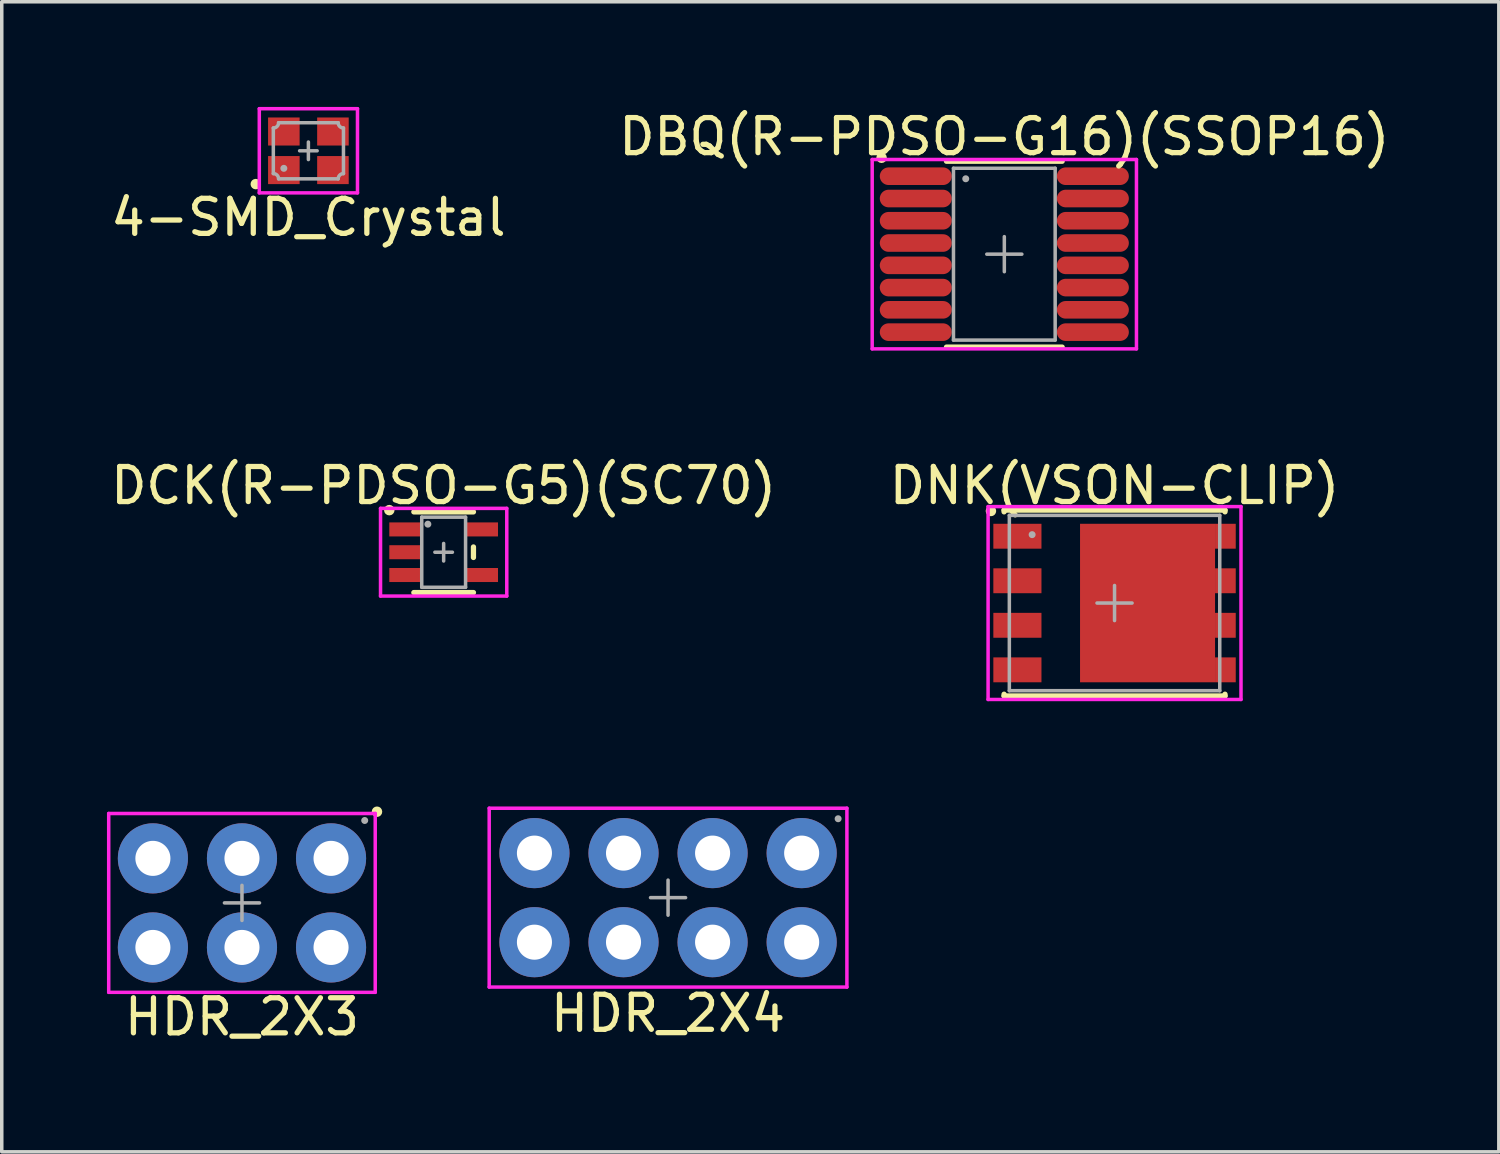
<source format=kicad_pcb>
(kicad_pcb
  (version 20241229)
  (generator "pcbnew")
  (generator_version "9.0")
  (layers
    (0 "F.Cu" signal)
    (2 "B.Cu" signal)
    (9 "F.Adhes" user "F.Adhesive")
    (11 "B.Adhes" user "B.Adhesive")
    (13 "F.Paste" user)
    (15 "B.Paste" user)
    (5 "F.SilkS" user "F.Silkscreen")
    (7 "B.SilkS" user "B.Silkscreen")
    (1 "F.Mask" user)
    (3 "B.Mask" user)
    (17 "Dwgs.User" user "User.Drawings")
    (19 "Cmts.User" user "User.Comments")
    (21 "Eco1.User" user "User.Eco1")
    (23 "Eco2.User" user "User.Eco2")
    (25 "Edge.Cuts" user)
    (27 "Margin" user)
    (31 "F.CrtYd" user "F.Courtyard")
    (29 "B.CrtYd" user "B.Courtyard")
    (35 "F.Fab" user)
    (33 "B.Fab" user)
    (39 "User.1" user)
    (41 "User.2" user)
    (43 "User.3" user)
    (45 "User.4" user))
  (footprint "DBQ(R-PDSO-G16)(SSOP16)"
    (layer "F.Cu")
    (at 25.589 4.198)
    (property "Reference" "DBQ(R-PDSO-G16)(SSOP16)" (at 0 -3.35 0) (layer "F.SilkS") (effects (font (size 1 1) (thickness 0.15))))
    (attr through_hole)
    (fp_line (start 1.65 -2.65) (end -1.65 -2.65) (stroke (width 0.15) (type solid)) (layer "F.SilkS"))
    (fp_line (start 1.65 2.65) (end -1.65 2.65) (stroke (width 0.15) (type solid)) (layer "F.SilkS"))
    (fp_circle (center -3.5 -2.75) (end -3.425 -2.75) (stroke (width 0.15) (type solid)) (fill no) (layer "F.SilkS"))
    (fp_line (start -3.768 -2.7) (end 3.768 -2.7) (stroke (width 0.1) (type solid)) (layer "F.CrtYd"))
    (fp_line (start -3.768 2.7) (end -3.768 -2.7) (stroke (width 0.1) (type solid)) (layer "F.CrtYd"))
    (fp_line (start 3.768 -2.7) (end 3.768 2.7) (stroke (width 0.1) (type solid)) (layer "F.CrtYd"))
    (fp_line (start 3.768 2.7) (end -3.768 2.7) (stroke (width 0.1) (type solid)) (layer "F.CrtYd"))
    (fp_line (start -1.45 -2.45) (end 1.45 -2.45) (stroke (width 0.1) (type solid)) (layer "F.Fab"))
    (fp_line (start -1.45 2.45) (end -1.45 -2.45) (stroke (width 0.1) (type solid)) (layer "F.Fab"))
    (fp_line (start 0 0.5) (end 0 -0.5) (stroke (width 0.1) (type solid)) (layer "F.Fab"))
    (fp_line (start 0.5 0) (end -0.5 0) (stroke (width 0.1) (type solid)) (layer "F.Fab"))
    (fp_line (start 1.45 -2.45) (end 1.45 2.45) (stroke (width 0.1) (type solid)) (layer "F.Fab"))
    (fp_line (start 1.45 2.45) (end -1.45 2.45) (stroke (width 0.1) (type solid)) (layer "F.Fab"))
    (fp_circle (center -1.1 -2.15) (end -1.05 -2.15) (stroke (width 0.1) (type solid)) (fill no) (layer "F.Fab"))
    (pad "1" smd oval (at -2.525 -2.223 90) (size 0.502 2.052) (layers "F.Cu" "F.Mask" "F.Paste"))
    (pad "2" smd oval (at -2.525 -1.587 90) (size 0.502 2.052) (layers "F.Cu" "F.Mask" "F.Paste"))
    (pad "3" smd oval (at -2.525 -0.953 90) (size 0.502 2.052) (layers "F.Cu" "F.Mask" "F.Paste"))
    (pad "4" smd oval (at -2.525 -0.318 90) (size 0.502 2.052) (layers "F.Cu" "F.Mask" "F.Paste"))
    (pad "5" smd oval (at -2.525 0.318 90) (size 0.502 2.052) (layers "F.Cu" "F.Mask" "F.Paste"))
    (pad "6" smd oval (at -2.525 0.953 90) (size 0.502 2.052) (layers "F.Cu" "F.Mask" "F.Paste"))
    (pad "7" smd oval (at -2.525 1.587 90) (size 0.502 2.052) (layers "F.Cu" "F.Mask" "F.Paste"))
    (pad "8" smd oval (at -2.525 2.223 90) (size 0.502 2.052) (layers "F.Cu" "F.Mask" "F.Paste"))
    (pad "9" smd oval (at 2.525 2.223 90) (size 0.502 2.052) (layers "F.Cu" "F.Mask" "F.Paste"))
    (pad "10" smd oval (at 2.525 1.587 90) (size 0.502 2.052) (layers "F.Cu" "F.Mask" "F.Paste"))
    (pad "11" smd oval (at 2.525 0.953 90) (size 0.502 2.052) (layers "F.Cu" "F.Mask" "F.Paste"))
    (pad "12" smd oval (at 2.525 0.318 90) (size 0.502 2.052) (layers "F.Cu" "F.Mask" "F.Paste"))
    (pad "13" smd oval (at 2.525 -0.318 90) (size 0.502 2.052) (layers "F.Cu" "F.Mask" "F.Paste"))
    (pad "14" smd oval (at 2.525 -0.953 90) (size 0.502 2.052) (layers "F.Cu" "F.Mask" "F.Paste"))
    (pad "15" smd oval (at 2.525 -1.587 90) (size 0.502 2.052) (layers "F.Cu" "F.Mask" "F.Paste"))
    (pad "16" smd oval (at 2.525 -2.223 90) (size 0.502 2.052) (layers "F.Cu" "F.Mask" "F.Paste")))
  (footprint "4-SMD_Crystal"
    (layer "F.Cu")
    (at 5.744 1.25)
    (property "Reference" "4-SMD_Crystal" (at 0 1.9 0) (layer "F.SilkS") (effects (font (size 1 1) (thickness 0.15))))
    (attr through_hole)
    (fp_circle (center -1.5 0.95) (end -1.5 0.875) (stroke (width 0.15) (type solid)) (fill no) (layer "F.SilkS"))
    (fp_line (start -1.4 -1.2) (end 1.4 -1.2) (stroke (width 0.1) (type solid)) (layer "F.CrtYd"))
    (fp_line (start -1.4 1.2) (end -1.4 -1.2) (stroke (width 0.1) (type solid)) (layer "F.CrtYd"))
    (fp_line (start 1.4 -1.2) (end 1.4 1.2) (stroke (width 0.1) (type solid)) (layer "F.CrtYd"))
    (fp_line (start 1.4 1.2) (end -1.4 1.2) (stroke (width 0.1) (type solid)) (layer "F.CrtYd"))
    (fp_line (start -1 0.65) (end -1 -0.65) (stroke (width 0.1) (type solid)) (layer "F.Fab"))
    (fp_line (start -0.85 -0.8) (end 0.85 -0.8) (stroke (width 0.1) (type solid)) (layer "F.Fab"))
    (fp_line (start -0.25 0) (end 0.25 0) (stroke (width 0.1) (type solid)) (layer "F.Fab"))
    (fp_line (start 0 -0.25) (end 0 0.25) (stroke (width 0.1) (type solid)) (layer "F.Fab"))
    (fp_line (start 0.85 0.8) (end -0.85 0.8) (stroke (width 0.1) (type solid)) (layer "F.Fab"))
    (fp_line (start 1 -0.65) (end 1 0.65) (stroke (width 0.1) (type solid)) (layer "F.Fab"))
    (fp_arc (start -1 0.65) (mid -0.893934 0.693934) (end -0.85 0.8) (stroke (width 0.1) (type solid)) (layer "F.Fab"))
    (fp_arc (start -0.85 -0.8) (mid -0.893934 -0.693934) (end -1 -0.65) (stroke (width 0.1) (type solid)) (layer "F.Fab"))
    (fp_arc (start 0.85 0.8) (mid 0.893934 0.693934) (end 1 0.65) (stroke (width 0.1) (type solid)) (layer "F.Fab"))
    (fp_arc (start 1 -0.65) (mid 0.893934 -0.693934) (end 0.85 -0.8) (stroke (width 0.1) (type solid)) (layer "F.Fab"))
    (fp_circle (center -0.7 0.5) (end -0.7 0.45) (stroke (width 0.1) (type solid)) (fill no) (layer "F.Fab"))
    (pad "1" smd rect (at -0.7 0.55) (size 0.9 0.8) (layers "F.Cu" "F.Mask" "F.Paste"))
    (pad "2" smd rect (at 0.7 0.55) (size 0.9 0.8) (layers "F.Cu" "F.Mask" "F.Paste"))
    (pad "3" smd rect (at 0.7 -0.55) (size 0.9 0.8) (layers "F.Cu" "F.Mask" "F.Paste"))
    (pad "4" smd rect (at -0.7 -0.55) (size 0.9 0.8) (layers "F.Cu" "F.Mask" "F.Paste")))
  (footprint "DCK(R-PDSO-G5)(SC70)"
    (layer "F.Cu")
    (at 9.601 12.697)
    (property "Reference" "DCK(R-PDSO-G5)(SC70)" (at 0 -1.9 180) (layer "F.SilkS") (effects (font (size 1 1) (thickness 0.15))))
    (attr through_hole)
    (fp_line (start 0.85 -1.15) (end -0.85 -1.15) (stroke (width 0.15) (type solid)) (layer "F.SilkS"))
    (fp_line (start 0.85 -0.15) (end 0.85 0.15) (stroke (width 0.15) (type solid)) (layer "F.SilkS"))
    (fp_line (start 0.85 1.15) (end -0.85 1.15) (stroke (width 0.15) (type solid)) (layer "F.SilkS"))
    (fp_circle (center -1.55 -1.2) (end -1.475 -1.2) (stroke (width 0.15) (type solid)) (fill no) (layer "F.SilkS"))
    (fp_line (start -1.8 -1.25) (end -1.8 1.25) (stroke (width 0.1) (type solid)) (layer "F.CrtYd"))
    (fp_line (start -1.8 1.25) (end 1.8 1.25) (stroke (width 0.1) (type solid)) (layer "F.CrtYd"))
    (fp_line (start 1.8 -1.25) (end -1.8 -1.25) (stroke (width 0.1) (type solid)) (layer "F.CrtYd"))
    (fp_line (start 1.8 -1.25) (end 1.8 1.25) (stroke (width 0.1) (type solid)) (layer "F.CrtYd"))
    (fp_line (start -0.625 -1) (end 0.625 -1) (stroke (width 0.1) (type solid)) (layer "F.Fab"))
    (fp_line (start -0.625 1) (end -0.625 -1) (stroke (width 0.1) (type solid)) (layer "F.Fab"))
    (fp_line (start 0 -0.25) (end 0 0.25) (stroke (width 0.1) (type solid)) (layer "F.Fab"))
    (fp_line (start 0.25 0) (end -0.25 0) (stroke (width 0.1) (type solid)) (layer "F.Fab"))
    (fp_line (start 0.625 -1) (end 0.625 1) (stroke (width 0.1) (type solid)) (layer "F.Fab"))
    (fp_line (start 0.625 1) (end -0.625 1) (stroke (width 0.1) (type solid)) (layer "F.Fab"))
    (fp_circle (center -0.45 -0.8) (end -0.4 -0.8) (stroke (width 0.1) (type solid)) (fill no) (layer "F.Fab"))
    (pad "1" smd rect (at -1.1 -0.65 270) (size 0.4 0.9) (layers "F.Cu" "F.Mask" "F.Paste"))
    (pad "1" smd rect (at -1.1 0.65 270) (size 0.4 0.9) (layers "F.Cu" "F.Mask" "F.Paste"))
    (pad "2" smd rect (at -1.1 0 270) (size 0.4 0.9) (layers "F.Cu" "F.Mask" "F.Paste"))
    (pad "4" smd rect (at 1.1 0.65 270) (size 0.4 0.9) (layers "F.Cu" "F.Mask" "F.Paste"))
    (pad "5" smd rect (at 1.1 -0.65 270) (size 0.4 0.9) (layers "F.Cu" "F.Mask" "F.Paste")))
  (footprint "HDR_2X3"
    (layer "F.Cu")
    (at 3.85 22.697)
    (property "Reference" "HDR_2X3" (at 0 3.25 0) (layer "F.SilkS") (effects (font (size 1 1) (thickness 0.15))))
    (attr through_hole)
    (fp_circle (center 3.85 -2.6) (end 3.925 -2.6) (stroke (width 0.15) (type solid)) (fill no) (layer "F.SilkS"))
    (fp_line (start -3.8 -2.55) (end 3.8 -2.55) (stroke (width 0.1) (type solid)) (layer "F.CrtYd"))
    (fp_line (start -3.8 2.55) (end -3.8 -2.55) (stroke (width 0.1) (type solid)) (layer "F.CrtYd"))
    (fp_line (start 3.8 -2.55) (end 3.8 2.55) (stroke (width 0.1) (type solid)) (layer "F.CrtYd"))
    (fp_line (start 3.8 2.55) (end -3.8 2.55) (stroke (width 0.1) (type solid)) (layer "F.CrtYd"))
    (fp_line (start 0 -0.5) (end 0 0.5) (stroke (width 0.1) (type solid)) (layer "F.Fab"))
    (fp_line (start 0.5 0) (end -0.5 0) (stroke (width 0.1) (type solid)) (layer "F.Fab"))
    (fp_circle (center 3.5 -2.35) (end 3.5 -2.3) (stroke (width 0.1) (type solid)) (fill no) (layer "F.Fab"))
    (pad "1" thru_hole circle (at 2.54 -1.27) (size 2 2) (drill 1) (layers "*.Cu" "*.Mask"))
    (pad "2" thru_hole circle (at 2.54 1.27) (size 2 2) (drill 1) (layers "*.Cu" "*.Mask"))
    (pad "3" thru_hole circle (at 0 -1.27) (size 2 2) (drill 1) (layers "*.Cu" "*.Mask"))
    (pad "4" thru_hole circle (at 0 1.27) (size 2 2) (drill 1) (layers "*.Cu" "*.Mask"))
    (pad "5" thru_hole circle (at -2.54 -1.27) (size 2 2) (drill 1) (layers "*.Cu" "*.Mask"))
    (pad "6" thru_hole circle (at -2.54 1.27) (size 2 2) (drill 1) (layers "*.Cu" "*.Mask")))
  (footprint "HDR_2X4"
    (layer "F.Cu")
    (at 16 22.547)
    (property "Reference" "HDR_2X4" (at 0 3.3 0) (layer "F.SilkS") (effects (font (size 1 1) (thickness 0.15))))
    (attr through_hole)
    (fp_line (start -5.1 -2.55) (end 5.1 -2.55) (stroke (width 0.1) (type solid)) (layer "F.CrtYd"))
    (fp_line (start -5.1 2.55) (end -5.1 -2.55) (stroke (width 0.1) (type solid)) (layer "F.CrtYd"))
    (fp_line (start 5.1 -2.55) (end 5.1 2.55) (stroke (width 0.1) (type solid)) (layer "F.CrtYd"))
    (fp_line (start 5.1 2.55) (end -5.1 2.55) (stroke (width 0.1) (type solid)) (layer "F.CrtYd"))
    (fp_line (start -0.5 0) (end 0.5 0) (stroke (width 0.1) (type solid)) (layer "F.Fab"))
    (fp_line (start 0 -0.5) (end 0 0.5) (stroke (width 0.1) (type solid)) (layer "F.Fab"))
    (fp_circle (center 4.85 -2.25) (end 4.85 -2.2) (stroke (width 0.1) (type solid)) (fill no) (layer "F.Fab"))
    (pad "1" thru_hole circle (at 3.81 -1.27) (size 2 2) (drill 1) (layers "*.Cu" "*.Mask"))
    (pad "2" thru_hole circle (at 3.81 1.27) (size 2 2) (drill 1) (layers "*.Cu" "*.Mask"))
    (pad "3" thru_hole circle (at 1.27 -1.27) (size 2 2) (drill 1) (layers "*.Cu" "*.Mask"))
    (pad "4" thru_hole circle (at 1.27 1.27) (size 2 2) (drill 1) (layers "*.Cu" "*.Mask"))
    (pad "5" thru_hole circle (at -1.27 -1.27) (size 2 2) (drill 1) (layers "*.Cu" "*.Mask"))
    (pad "6" thru_hole circle (at -1.27 1.27) (size 2 2) (drill 1) (layers "*.Cu" "*.Mask"))
    (pad "7" thru_hole circle (at -3.81 -1.27) (size 2 2) (drill 1) (layers "*.Cu" "*.Mask"))
    (pad "8" thru_hole circle (at -3.81 1.27) (size 2 2) (drill 1) (layers "*.Cu" "*.Mask")))
  (footprint "DNK(VSON-CLIP)"
    (layer "F.Cu")
    (at 28.732 14.146)
    (property "Reference" "DNK(VSON-CLIP)" (at 0 -3.35 0) (layer "F.SilkS") (effects (font (size 1 1) (thickness 0.15))))
    (attr through_hole)
    (fp_line (start -3.15 -2.65) (end 3.15 -2.65) (stroke (width 0.15) (type solid)) (layer "F.SilkS"))
    (fp_line (start -3.15 -2.6) (end -3.15 -2.65) (stroke (width 0.15) (type solid)) (layer "F.SilkS"))
    (fp_line (start -3.15 2.65) (end -3.15 2.6) (stroke (width 0.15) (type solid)) (layer "F.SilkS"))
    (fp_line (start 3.15 -2.65) (end 3.15 -2.6) (stroke (width 0.15) (type solid)) (layer "F.SilkS"))
    (fp_line (start 3.15 2.6) (end 3.15 2.65) (stroke (width 0.15) (type solid)) (layer "F.SilkS"))
    (fp_line (start 3.15 2.65) (end -3.15 2.65) (stroke (width 0.15) (type solid)) (layer "F.SilkS"))
    (fp_circle (center -3.525 -2.625) (end -3.6 -2.625) (stroke (width 0.15) (type solid)) (fill no) (layer "F.SilkS"))
    (fp_line (start -3.606 2.75) (end -3.606 -2.75) (stroke (width 0.1) (type solid)) (layer "F.CrtYd"))
    (fp_line (start 3.606 -2.75) (end -3.606 -2.75) (stroke (width 0.1) (type solid)) (layer "F.CrtYd"))
    (fp_line (start 3.606 -2.75) (end 3.606 2.75) (stroke (width 0.1) (type solid)) (layer "F.CrtYd"))
    (fp_line (start 3.606 2.75) (end -3.606 2.75) (stroke (width 0.1) (type solid)) (layer "F.CrtYd"))
    (fp_line (start -3 -2.5) (end 3 -2.5) (stroke (width 0.1) (type solid)) (layer "F.Fab"))
    (fp_line (start -3 2.5) (end -3 -2.5) (stroke (width 0.1) (type solid)) (layer "F.Fab"))
    (fp_line (start -0.5 0) (end 0.5 0) (stroke (width 0.1) (type solid)) (layer "F.Fab"))
    (fp_line (start 0 0.5) (end 0 -0.5) (stroke (width 0.1) (type solid)) (layer "F.Fab"))
    (fp_line (start 3 -2.5) (end 3 2.5) (stroke (width 0.1) (type solid)) (layer "F.Fab"))
    (fp_line (start 3 2.5) (end -3 2.5) (stroke (width 0.1) (type solid)) (layer "F.Fab"))
    (fp_circle (center -2.35 -1.95) (end -2.35 -1.9) (stroke (width 0.1) (type solid)) (fill no) (layer "F.Fab"))
    (pad "" smd rect (at 0.941 0 180) (size 3.85 4.52) (layers "F.Cu" "F.Mask" "F.Paste"))
    (pad "1" smd rect (at -2.77 -1.905 180) (size 1.372 0.71) (layers "F.Cu" "F.Mask" "F.Paste"))
    (pad "1" smd rect (at -2.77 -0.635 180) (size 1.372 0.71) (layers "F.Cu" "F.Mask" "F.Paste"))
    (pad "1" smd rect (at -2.77 0.635 180) (size 1.372 0.71) (layers "F.Cu" "F.Mask" "F.Paste"))
    (pad "2" smd rect (at -2.77 1.905 180) (size 1.372 0.71) (layers "F.Cu" "F.Mask" "F.Paste"))
    (pad "3" smd rect (at 3.161 -1.905 180) (size 0.59 0.71) (layers "F.Cu" "F.Mask" "F.Paste"))
    (pad "3" smd rect (at 3.161 -0.635 180) (size 0.59 0.71) (layers "F.Cu" "F.Mask" "F.Paste"))
    (pad "3" smd rect (at 3.161 0.635 180) (size 0.59 0.71) (layers "F.Cu" "F.Mask" "F.Paste"))
    (pad "3" smd rect (at 3.161 1.905 180) (size 0.59 0.71) (layers "F.Cu" "F.Mask" "F.Paste")))
  (gr_rect
    (start -3 -3)
    (end 39.69 29.795)
    (stroke (width 0.1) (type default))
    (fill no)
    (layer "Edge.Cuts")))
</source>
